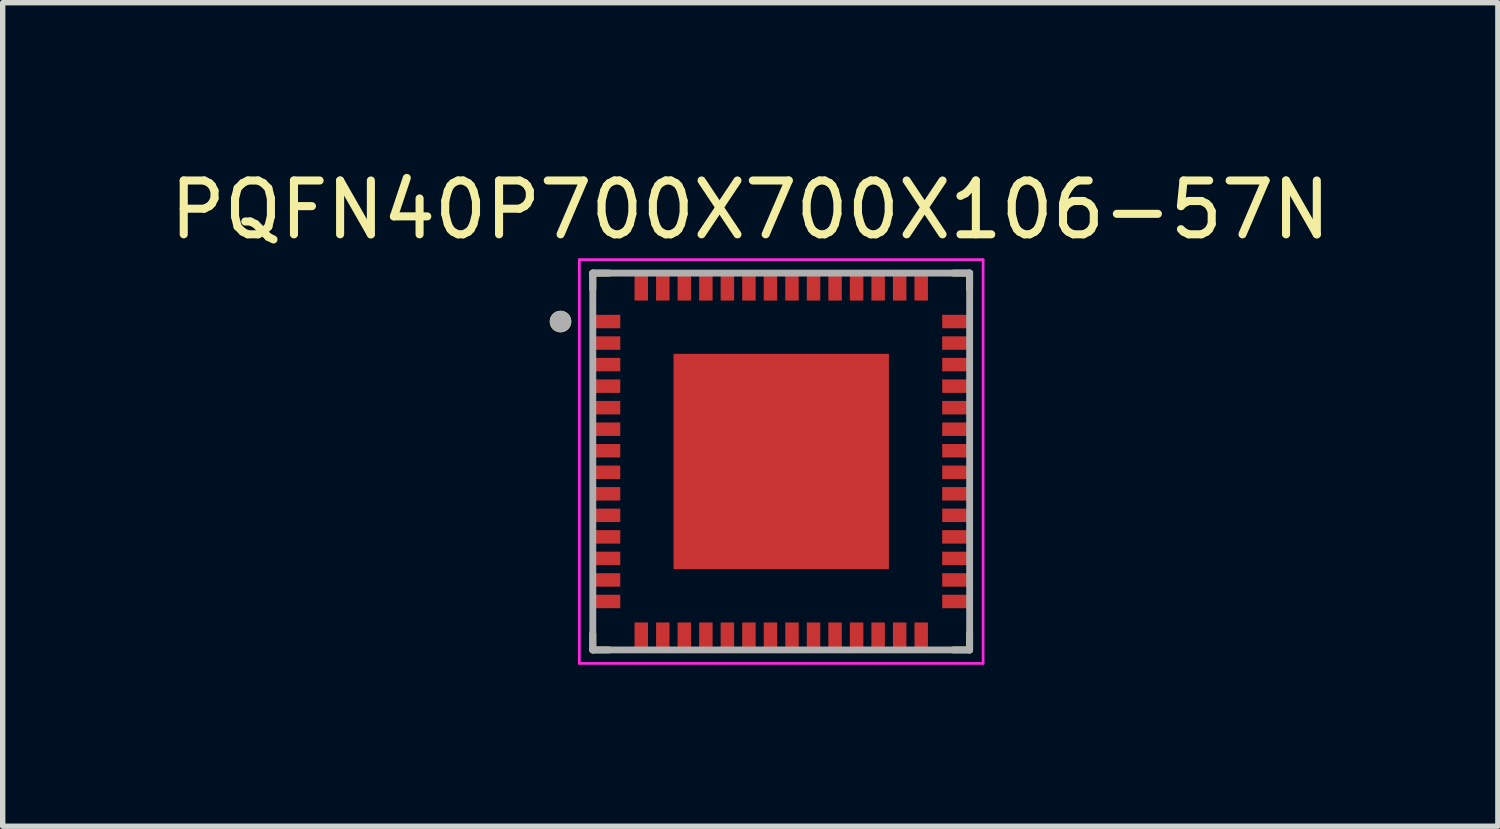
<source format=kicad_pcb>
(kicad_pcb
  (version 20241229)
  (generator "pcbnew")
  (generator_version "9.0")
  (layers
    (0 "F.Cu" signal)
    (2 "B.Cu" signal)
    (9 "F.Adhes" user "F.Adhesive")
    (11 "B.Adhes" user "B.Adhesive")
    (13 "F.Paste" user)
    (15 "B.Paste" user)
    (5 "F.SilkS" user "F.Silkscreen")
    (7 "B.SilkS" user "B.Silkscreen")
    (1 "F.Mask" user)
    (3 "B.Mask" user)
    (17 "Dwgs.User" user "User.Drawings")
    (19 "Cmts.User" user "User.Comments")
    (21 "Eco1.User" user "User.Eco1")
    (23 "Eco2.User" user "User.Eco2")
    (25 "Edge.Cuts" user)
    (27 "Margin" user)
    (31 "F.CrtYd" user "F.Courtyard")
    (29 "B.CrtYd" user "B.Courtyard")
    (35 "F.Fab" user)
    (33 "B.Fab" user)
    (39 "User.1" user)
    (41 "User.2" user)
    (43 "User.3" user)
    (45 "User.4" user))
  (footprint "PQFN40P700X700X106-57N"
    (layer "F.Cu")
    (at 11.462 5.523)
    (property "Reference" "PQFN40P700X700X106-57N" (at -0.575 -4.675 0) (layer "F.SilkS") (effects (font (size 1 1) (thickness 0.15))))
    (attr smd)
    (fp_poly (pts (xy -3.51 -2.775) (xy -2.94 -2.775) (xy -2.94 -2.425) (xy -3.51 -2.425)) (stroke (width 0.01) (type solid)) (fill yes) (layer "F.Mask"))
    (fp_poly (pts (xy -3.51 -2.375) (xy -2.94 -2.375) (xy -2.94 -2.025) (xy -3.51 -2.025)) (stroke (width 0.01) (type solid)) (fill yes) (layer "F.Mask"))
    (fp_poly (pts (xy -3.51 -1.975) (xy -2.94 -1.975) (xy -2.94 -1.625) (xy -3.51 -1.625)) (stroke (width 0.01) (type solid)) (fill yes) (layer "F.Mask"))
    (fp_poly (pts (xy -3.51 -1.575) (xy -2.94 -1.575) (xy -2.94 -1.225) (xy -3.51 -1.225)) (stroke (width 0.01) (type solid)) (fill yes) (layer "F.Mask"))
    (fp_poly (pts (xy -3.51 -1.175) (xy -2.94 -1.175) (xy -2.94 -0.825) (xy -3.51 -0.825)) (stroke (width 0.01) (type solid)) (fill yes) (layer "F.Mask"))
    (fp_poly (pts (xy -3.51 -0.775) (xy -2.94 -0.775) (xy -2.94 -0.425) (xy -3.51 -0.425)) (stroke (width 0.01) (type solid)) (fill yes) (layer "F.Mask"))
    (fp_poly (pts (xy -3.51 -0.375) (xy -2.94 -0.375) (xy -2.94 -0.025) (xy -3.51 -0.025)) (stroke (width 0.01) (type solid)) (fill yes) (layer "F.Mask"))
    (fp_poly (pts (xy -3.51 0.025) (xy -2.94 0.025) (xy -2.94 0.375) (xy -3.51 0.375)) (stroke (width 0.01) (type solid)) (fill yes) (layer "F.Mask"))
    (fp_poly (pts (xy -3.51 0.425) (xy -2.94 0.425) (xy -2.94 0.775) (xy -3.51 0.775)) (stroke (width 0.01) (type solid)) (fill yes) (layer "F.Mask"))
    (fp_poly (pts (xy -3.51 0.825) (xy -2.94 0.825) (xy -2.94 1.175) (xy -3.51 1.175)) (stroke (width 0.01) (type solid)) (fill yes) (layer "F.Mask"))
    (fp_poly (pts (xy -3.51 1.225) (xy -2.94 1.225) (xy -2.94 1.575) (xy -3.51 1.575)) (stroke (width 0.01) (type solid)) (fill yes) (layer "F.Mask"))
    (fp_poly (pts (xy -3.51 1.625) (xy -2.94 1.625) (xy -2.94 1.975) (xy -3.51 1.975)) (stroke (width 0.01) (type solid)) (fill yes) (layer "F.Mask"))
    (fp_poly (pts (xy -3.51 2.025) (xy -2.94 2.025) (xy -2.94 2.375) (xy -3.51 2.375)) (stroke (width 0.01) (type solid)) (fill yes) (layer "F.Mask"))
    (fp_poly (pts (xy -3.51 2.425) (xy -2.94 2.425) (xy -2.94 2.775) (xy -3.51 2.775)) (stroke (width 0.01) (type solid)) (fill yes) (layer "F.Mask"))
    (fp_poly (pts (xy -2.885 -3.4) (xy -2.315 -3.4) (xy -2.315 -3.05) (xy -2.885 -3.05)) (stroke (width 0.01) (type solid)) (fill yes) (layer "F.Mask"))
    (fp_poly (pts (xy -2.885 3.05) (xy -2.315 3.05) (xy -2.315 3.4) (xy -2.885 3.4)) (stroke (width 0.01) (type solid)) (fill yes) (layer "F.Mask"))
    (fp_poly (pts (xy -2.485 -3.4) (xy -1.915 -3.4) (xy -1.915 -3.05) (xy -2.485 -3.05)) (stroke (width 0.01) (type solid)) (fill yes) (layer "F.Mask"))
    (fp_poly (pts (xy -2.485 3.05) (xy -1.915 3.05) (xy -1.915 3.4) (xy -2.485 3.4)) (stroke (width 0.01) (type solid)) (fill yes) (layer "F.Mask"))
    (fp_poly (pts (xy -2.085 -3.4) (xy -1.515 -3.4) (xy -1.515 -3.05) (xy -2.085 -3.05)) (stroke (width 0.01) (type solid)) (fill yes) (layer "F.Mask"))
    (fp_poly (pts (xy -2.085 3.05) (xy -1.515 3.05) (xy -1.515 3.4) (xy -2.085 3.4)) (stroke (width 0.01) (type solid)) (fill yes) (layer "F.Mask"))
    (fp_poly (pts (xy -1.685 -3.4) (xy -1.115 -3.4) (xy -1.115 -3.05) (xy -1.685 -3.05)) (stroke (width 0.01) (type solid)) (fill yes) (layer "F.Mask"))
    (fp_poly (pts (xy -1.685 3.05) (xy -1.115 3.05) (xy -1.115 3.4) (xy -1.685 3.4)) (stroke (width 0.01) (type solid)) (fill yes) (layer "F.Mask"))
    (fp_poly (pts (xy -1.285 -3.4) (xy -0.715 -3.4) (xy -0.715 -3.05) (xy -1.285 -3.05)) (stroke (width 0.01) (type solid)) (fill yes) (layer "F.Mask"))
    (fp_poly (pts (xy -1.285 3.05) (xy -0.715 3.05) (xy -0.715 3.4) (xy -1.285 3.4)) (stroke (width 0.01) (type solid)) (fill yes) (layer "F.Mask"))
    (fp_poly (pts (xy -0.885 -3.4) (xy -0.315 -3.4) (xy -0.315 -3.05) (xy -0.885 -3.05)) (stroke (width 0.01) (type solid)) (fill yes) (layer "F.Mask"))
    (fp_poly (pts (xy -0.885 3.05) (xy -0.315 3.05) (xy -0.315 3.4) (xy -0.885 3.4)) (stroke (width 0.01) (type solid)) (fill yes) (layer "F.Mask"))
    (fp_poly (pts (xy -0.485 -3.4) (xy 0.085 -3.4) (xy 0.085 -3.05) (xy -0.485 -3.05)) (stroke (width 0.01) (type solid)) (fill yes) (layer "F.Mask"))
    (fp_poly (pts (xy -0.485 3.05) (xy 0.085 3.05) (xy 0.085 3.4) (xy -0.485 3.4)) (stroke (width 0.01) (type solid)) (fill yes) (layer "F.Mask"))
    (fp_poly (pts (xy -0.085 -3.4) (xy 0.485 -3.4) (xy 0.485 -3.05) (xy -0.085 -3.05)) (stroke (width 0.01) (type solid)) (fill yes) (layer "F.Mask"))
    (fp_poly (pts (xy -0.085 3.05) (xy 0.485 3.05) (xy 0.485 3.4) (xy -0.085 3.4)) (stroke (width 0.01) (type solid)) (fill yes) (layer "F.Mask"))
    (fp_poly (pts (xy 0.315 -3.4) (xy 0.885 -3.4) (xy 0.885 -3.05) (xy 0.315 -3.05)) (stroke (width 0.01) (type solid)) (fill yes) (layer "F.Mask"))
    (fp_poly (pts (xy 0.315 3.05) (xy 0.885 3.05) (xy 0.885 3.4) (xy 0.315 3.4)) (stroke (width 0.01) (type solid)) (fill yes) (layer "F.Mask"))
    (fp_poly (pts (xy 0.715 -3.4) (xy 1.285 -3.4) (xy 1.285 -3.05) (xy 0.715 -3.05)) (stroke (width 0.01) (type solid)) (fill yes) (layer "F.Mask"))
    (fp_poly (pts (xy 0.715 3.05) (xy 1.285 3.05) (xy 1.285 3.4) (xy 0.715 3.4)) (stroke (width 0.01) (type solid)) (fill yes) (layer "F.Mask"))
    (fp_poly (pts (xy 1.115 -3.4) (xy 1.685 -3.4) (xy 1.685 -3.05) (xy 1.115 -3.05)) (stroke (width 0.01) (type solid)) (fill yes) (layer "F.Mask"))
    (fp_poly (pts (xy 1.115 3.05) (xy 1.685 3.05) (xy 1.685 3.4) (xy 1.115 3.4)) (stroke (width 0.01) (type solid)) (fill yes) (layer "F.Mask"))
    (fp_poly (pts (xy 1.515 -3.4) (xy 2.085 -3.4) (xy 2.085 -3.05) (xy 1.515 -3.05)) (stroke (width 0.01) (type solid)) (fill yes) (layer "F.Mask"))
    (fp_poly (pts (xy 1.515 3.05) (xy 2.085 3.05) (xy 2.085 3.4) (xy 1.515 3.4)) (stroke (width 0.01) (type solid)) (fill yes) (layer "F.Mask"))
    (fp_poly (pts (xy 1.915 -3.4) (xy 2.485 -3.4) (xy 2.485 -3.05) (xy 1.915 -3.05)) (stroke (width 0.01) (type solid)) (fill yes) (layer "F.Mask"))
    (fp_poly (pts (xy 1.915 3.05) (xy 2.485 3.05) (xy 2.485 3.4) (xy 1.915 3.4)) (stroke (width 0.01) (type solid)) (fill yes) (layer "F.Mask"))
    (fp_poly (pts (xy 2.315 -3.4) (xy 2.885 -3.4) (xy 2.885 -3.05) (xy 2.315 -3.05)) (stroke (width 0.01) (type solid)) (fill yes) (layer "F.Mask"))
    (fp_poly (pts (xy 2.315 3.05) (xy 2.885 3.05) (xy 2.885 3.4) (xy 2.315 3.4)) (stroke (width 0.01) (type solid)) (fill yes) (layer "F.Mask"))
    (fp_poly (pts (xy 2.94 -2.775) (xy 3.51 -2.775) (xy 3.51 -2.425) (xy 2.94 -2.425)) (stroke (width 0.01) (type solid)) (fill yes) (layer "F.Mask"))
    (fp_poly (pts (xy 2.94 -2.375) (xy 3.51 -2.375) (xy 3.51 -2.025) (xy 2.94 -2.025)) (stroke (width 0.01) (type solid)) (fill yes) (layer "F.Mask"))
    (fp_poly (pts (xy 2.94 -1.975) (xy 3.51 -1.975) (xy 3.51 -1.625) (xy 2.94 -1.625)) (stroke (width 0.01) (type solid)) (fill yes) (layer "F.Mask"))
    (fp_poly (pts (xy 2.94 -1.575) (xy 3.51 -1.575) (xy 3.51 -1.225) (xy 2.94 -1.225)) (stroke (width 0.01) (type solid)) (fill yes) (layer "F.Mask"))
    (fp_poly (pts (xy 2.94 -1.175) (xy 3.51 -1.175) (xy 3.51 -0.825) (xy 2.94 -0.825)) (stroke (width 0.01) (type solid)) (fill yes) (layer "F.Mask"))
    (fp_poly (pts (xy 2.94 -0.775) (xy 3.51 -0.775) (xy 3.51 -0.425) (xy 2.94 -0.425)) (stroke (width 0.01) (type solid)) (fill yes) (layer "F.Mask"))
    (fp_poly (pts (xy 2.94 -0.375) (xy 3.51 -0.375) (xy 3.51 -0.025) (xy 2.94 -0.025)) (stroke (width 0.01) (type solid)) (fill yes) (layer "F.Mask"))
    (fp_poly (pts (xy 2.94 0.025) (xy 3.51 0.025) (xy 3.51 0.375) (xy 2.94 0.375)) (stroke (width 0.01) (type solid)) (fill yes) (layer "F.Mask"))
    (fp_poly (pts (xy 2.94 0.425) (xy 3.51 0.425) (xy 3.51 0.775) (xy 2.94 0.775)) (stroke (width 0.01) (type solid)) (fill yes) (layer "F.Mask"))
    (fp_poly (pts (xy 2.94 0.825) (xy 3.51 0.825) (xy 3.51 1.175) (xy 2.94 1.175)) (stroke (width 0.01) (type solid)) (fill yes) (layer "F.Mask"))
    (fp_poly (pts (xy 2.94 1.225) (xy 3.51 1.225) (xy 3.51 1.575) (xy 2.94 1.575)) (stroke (width 0.01) (type solid)) (fill yes) (layer "F.Mask"))
    (fp_poly (pts (xy 2.94 1.625) (xy 3.51 1.625) (xy 3.51 1.975) (xy 2.94 1.975)) (stroke (width 0.01) (type solid)) (fill yes) (layer "F.Mask"))
    (fp_poly (pts (xy 2.94 2.025) (xy 3.51 2.025) (xy 3.51 2.375) (xy 2.94 2.375)) (stroke (width 0.01) (type solid)) (fill yes) (layer "F.Mask"))
    (fp_poly (pts (xy 2.94 2.425) (xy 3.51 2.425) (xy 3.51 2.775) (xy 2.94 2.775)) (stroke (width 0.01) (type solid)) (fill yes) (layer "F.Mask"))
    (fp_line (start -3.5 -3.5) (end -3.2 -3.5) (stroke (width 0.127) (type solid)) (layer "F.SilkS"))
    (fp_line (start -3.5 -3.2) (end -3.5 -3.5) (stroke (width 0.127) (type solid)) (layer "F.SilkS"))
    (fp_line (start -3.5 3.2) (end -3.5 3.5) (stroke (width 0.127) (type solid)) (layer "F.SilkS"))
    (fp_line (start -3.5 3.5) (end -3.2 3.5) (stroke (width 0.127) (type solid)) (layer "F.SilkS"))
    (fp_line (start 3.2 -3.5) (end 3.5 -3.5) (stroke (width 0.127) (type solid)) (layer "F.SilkS"))
    (fp_line (start 3.2 3.5) (end 3.5 3.5) (stroke (width 0.127) (type solid)) (layer "F.SilkS"))
    (fp_line (start 3.5 -3.5) (end 3.5 -3.2) (stroke (width 0.127) (type solid)) (layer "F.SilkS"))
    (fp_line (start 3.5 3.5) (end 3.5 3.2) (stroke (width 0.127) (type solid)) (layer "F.SilkS"))
    (fp_circle (center -4.1 -2.6) (end -4 -2.6) (stroke (width 0.2) (type solid)) (fill no) (layer "F.SilkS"))
    (fp_poly (pts (xy -1.515 -1.515) (xy -0.245 -1.515) (xy -0.245 -0.245) (xy -1.515 -0.245)) (stroke (width 0.01) (type solid)) (fill yes) (layer "F.Paste"))
    (fp_poly (pts (xy -1.515 0.245) (xy -0.245 0.245) (xy -0.245 1.515) (xy -1.515 1.515)) (stroke (width 0.01) (type solid)) (fill yes) (layer "F.Paste"))
    (fp_poly (pts (xy 0.245 -1.515) (xy 1.515 -1.515) (xy 1.515 -0.245) (xy 0.245 -0.245)) (stroke (width 0.01) (type solid)) (fill yes) (layer "F.Paste"))
    (fp_poly (pts (xy 0.245 0.245) (xy 1.515 0.245) (xy 1.515 1.515) (xy 0.245 1.515)) (stroke (width 0.01) (type solid)) (fill yes) (layer "F.Paste"))
    (fp_line (start -3.75 -3.75) (end -3.75 3.75) (stroke (width 0.05) (type solid)) (layer "F.CrtYd"))
    (fp_line (start -3.75 3.75) (end 3.75 3.75) (stroke (width 0.05) (type solid)) (layer "F.CrtYd"))
    (fp_line (start 3.75 -3.75) (end -3.75 -3.75) (stroke (width 0.05) (type solid)) (layer "F.CrtYd"))
    (fp_line (start 3.75 3.75) (end 3.75 -3.75) (stroke (width 0.05) (type solid)) (layer "F.CrtYd"))
    (fp_line (start -3.5 -3.5) (end -3.5 3.5) (stroke (width 0.127) (type solid)) (layer "F.Fab"))
    (fp_line (start -3.5 3.5) (end 3.5 3.5) (stroke (width 0.127) (type solid)) (layer "F.Fab"))
    (fp_line (start 3.5 -3.5) (end -3.5 -3.5) (stroke (width 0.127) (type solid)) (layer "F.Fab"))
    (fp_line (start 3.5 3.5) (end 3.5 -3.5) (stroke (width 0.127) (type solid)) (layer "F.Fab"))
    (fp_circle (center -4.1 -2.6) (end -4 -2.6) (stroke (width 0.2) (type solid)) (fill no) (layer "F.Fab"))
    (pad "1" smd rect (at -3.225 -2.6) (size 0.47 0.25) (layers "F.Cu" "F.Paste"))
    (pad "2" smd rect (at -3.225 -2.2) (size 0.47 0.25) (layers "F.Cu" "F.Paste"))
    (pad "3" smd rect (at -3.225 -1.8) (size 0.47 0.25) (layers "F.Cu" "F.Paste"))
    (pad "4" smd rect (at -3.225 -1.4) (size 0.47 0.25) (layers "F.Cu" "F.Paste"))
    (pad "5" smd rect (at -3.225 -1) (size 0.47 0.25) (layers "F.Cu" "F.Paste"))
    (pad "6" smd rect (at -3.225 -0.6) (size 0.47 0.25) (layers "F.Cu" "F.Paste"))
    (pad "7" smd rect (at -3.225 -0.2) (size 0.47 0.25) (layers "F.Cu" "F.Paste"))
    (pad "8" smd rect (at -3.225 0.2) (size 0.47 0.25) (layers "F.Cu" "F.Paste"))
    (pad "9" smd rect (at -3.225 0.6) (size 0.47 0.25) (layers "F.Cu" "F.Paste"))
    (pad "10" smd rect (at -3.225 1) (size 0.47 0.25) (layers "F.Cu" "F.Paste"))
    (pad "11" smd rect (at -3.225 1.4) (size 0.47 0.25) (layers "F.Cu" "F.Paste"))
    (pad "12" smd rect (at -3.225 1.8) (size 0.47 0.25) (layers "F.Cu" "F.Paste"))
    (pad "13" smd rect (at -3.225 2.2) (size 0.47 0.25) (layers "F.Cu" "F.Paste"))
    (pad "14" smd rect (at -3.225 2.6) (size 0.47 0.25) (layers "F.Cu" "F.Paste"))
    (pad "15" smd rect (at -2.6 3.225) (size 0.25 0.47) (layers "F.Cu" "F.Paste"))
    (pad "16" smd rect (at -2.2 3.225) (size 0.25 0.47) (layers "F.Cu" "F.Paste"))
    (pad "17" smd rect (at -1.8 3.225) (size 0.25 0.47) (layers "F.Cu" "F.Paste"))
    (pad "18" smd rect (at -1.4 3.225) (size 0.25 0.47) (layers "F.Cu" "F.Paste"))
    (pad "19" smd rect (at -1 3.225) (size 0.25 0.47) (layers "F.Cu" "F.Paste"))
    (pad "20" smd rect (at -0.6 3.225) (size 0.25 0.47) (layers "F.Cu" "F.Paste"))
    (pad "21" smd rect (at -0.2 3.225) (size 0.25 0.47) (layers "F.Cu" "F.Paste"))
    (pad "22" smd rect (at 0.2 3.225) (size 0.25 0.47) (layers "F.Cu" "F.Paste"))
    (pad "23" smd rect (at 0.6 3.225) (size 0.25 0.47) (layers "F.Cu" "F.Paste"))
    (pad "24" smd rect (at 1 3.225) (size 0.25 0.47) (layers "F.Cu" "F.Paste"))
    (pad "25" smd rect (at 1.4 3.225) (size 0.25 0.47) (layers "F.Cu" "F.Paste"))
    (pad "26" smd rect (at 1.8 3.225) (size 0.25 0.47) (layers "F.Cu" "F.Paste"))
    (pad "27" smd rect (at 2.2 3.225) (size 0.25 0.47) (layers "F.Cu" "F.Paste"))
    (pad "28" smd rect (at 2.6 3.225) (size 0.25 0.47) (layers "F.Cu" "F.Paste"))
    (pad "29" smd rect (at 3.225 2.6) (size 0.47 0.25) (layers "F.Cu" "F.Paste"))
    (pad "30" smd rect (at 3.225 2.2) (size 0.47 0.25) (layers "F.Cu" "F.Paste"))
    (pad "31" smd rect (at 3.225 1.8) (size 0.47 0.25) (layers "F.Cu" "F.Paste"))
    (pad "32" smd rect (at 3.225 1.4) (size 0.47 0.25) (layers "F.Cu" "F.Paste"))
    (pad "33" smd rect (at 3.225 1) (size 0.47 0.25) (layers "F.Cu" "F.Paste"))
    (pad "34" smd rect (at 3.225 0.6) (size 0.47 0.25) (layers "F.Cu" "F.Paste"))
    (pad "35" smd rect (at 3.225 0.2) (size 0.47 0.25) (layers "F.Cu" "F.Paste"))
    (pad "36" smd rect (at 3.225 -0.2) (size 0.47 0.25) (layers "F.Cu" "F.Paste"))
    (pad "37" smd rect (at 3.225 -0.6) (size 0.47 0.25) (layers "F.Cu" "F.Paste"))
    (pad "38" smd rect (at 3.225 -1) (size 0.47 0.25) (layers "F.Cu" "F.Paste"))
    (pad "39" smd rect (at 3.225 -1.4) (size 0.47 0.25) (layers "F.Cu" "F.Paste"))
    (pad "40" smd rect (at 3.225 -1.8) (size 0.47 0.25) (layers "F.Cu" "F.Paste"))
    (pad "41" smd rect (at 3.225 -2.2) (size 0.47 0.25) (layers "F.Cu" "F.Paste"))
    (pad "42" smd rect (at 3.225 -2.6) (size 0.47 0.25) (layers "F.Cu" "F.Paste"))
    (pad "43" smd rect (at 2.6 -3.225) (size 0.25 0.47) (layers "F.Cu" "F.Paste"))
    (pad "44" smd rect (at 2.2 -3.225) (size 0.25 0.47) (layers "F.Cu" "F.Paste"))
    (pad "45" smd rect (at 1.8 -3.225) (size 0.25 0.47) (layers "F.Cu" "F.Paste"))
    (pad "46" smd rect (at 1.4 -3.225) (size 0.25 0.47) (layers "F.Cu" "F.Paste"))
    (pad "47" smd rect (at 1 -3.225) (size 0.25 0.47) (layers "F.Cu" "F.Paste"))
    (pad "48" smd rect (at 0.6 -3.225) (size 0.25 0.47) (layers "F.Cu" "F.Paste"))
    (pad "49" smd rect (at 0.2 -3.225) (size 0.25 0.47) (layers "F.Cu" "F.Paste"))
    (pad "50" smd rect (at -0.2 -3.225) (size 0.25 0.47) (layers "F.Cu" "F.Paste"))
    (pad "51" smd rect (at -0.6 -3.225) (size 0.25 0.47) (layers "F.Cu" "F.Paste"))
    (pad "52" smd rect (at -1 -3.225) (size 0.25 0.47) (layers "F.Cu" "F.Paste"))
    (pad "53" smd rect (at -1.4 -3.225) (size 0.25 0.47) (layers "F.Cu" "F.Paste"))
    (pad "54" smd rect (at -1.8 -3.225) (size 0.25 0.47) (layers "F.Cu" "F.Paste"))
    (pad "55" smd rect (at -2.2 -3.225) (size 0.25 0.47) (layers "F.Cu" "F.Paste"))
    (pad "56" smd rect (at -2.6 -3.225) (size 0.25 0.47) (layers "F.Cu" "F.Paste"))
    (pad "57" smd rect (at 0 0) (size 4 4) (layers "F.Cu" "F.Mask")))
  (gr_rect
    (start -3 -3)
    (end 24.774 12.298)
    (stroke (width 0.1) (type default))
    (fill no)
    (layer "Edge.Cuts")))
</source>
